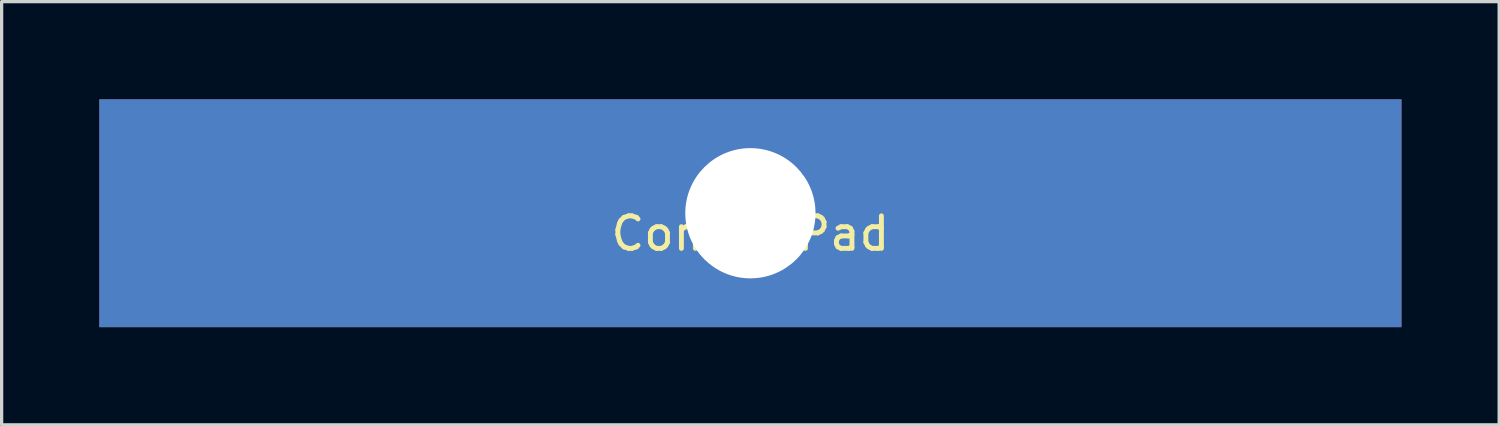
<source format=kicad_pcb>
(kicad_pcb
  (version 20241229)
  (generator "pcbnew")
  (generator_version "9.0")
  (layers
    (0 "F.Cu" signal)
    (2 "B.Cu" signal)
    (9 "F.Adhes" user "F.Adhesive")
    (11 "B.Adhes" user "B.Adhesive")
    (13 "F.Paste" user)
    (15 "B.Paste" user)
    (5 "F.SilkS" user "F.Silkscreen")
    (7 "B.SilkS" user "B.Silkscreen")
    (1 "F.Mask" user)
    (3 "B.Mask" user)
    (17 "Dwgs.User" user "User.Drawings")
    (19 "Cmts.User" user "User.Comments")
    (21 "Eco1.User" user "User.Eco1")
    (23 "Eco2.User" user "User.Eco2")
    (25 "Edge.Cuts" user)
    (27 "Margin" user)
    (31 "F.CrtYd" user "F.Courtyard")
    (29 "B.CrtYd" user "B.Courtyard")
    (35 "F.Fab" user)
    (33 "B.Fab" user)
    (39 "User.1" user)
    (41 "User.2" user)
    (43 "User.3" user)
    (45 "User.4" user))
  (footprint "ContactPad"
    (layer "F.Cu")
    (at 20 3.625)
    (property "Reference" "ContactPad" (at 0 0.5 0) (layer "F.SilkS") (effects (font (size 1 1) (thickness 0.15))))
    (attr through_hole)
    (pad "1" thru_hole rect (at 0 -0.125) (size 40 7) (drill 4) (layers "*.Cu" "*.Mask")))
  (gr_rect
    (start -3 -3)
    (end 43 10)
    (stroke (width 0.1) (type default))
    (fill no)
    (layer "Edge.Cuts")))
</source>
